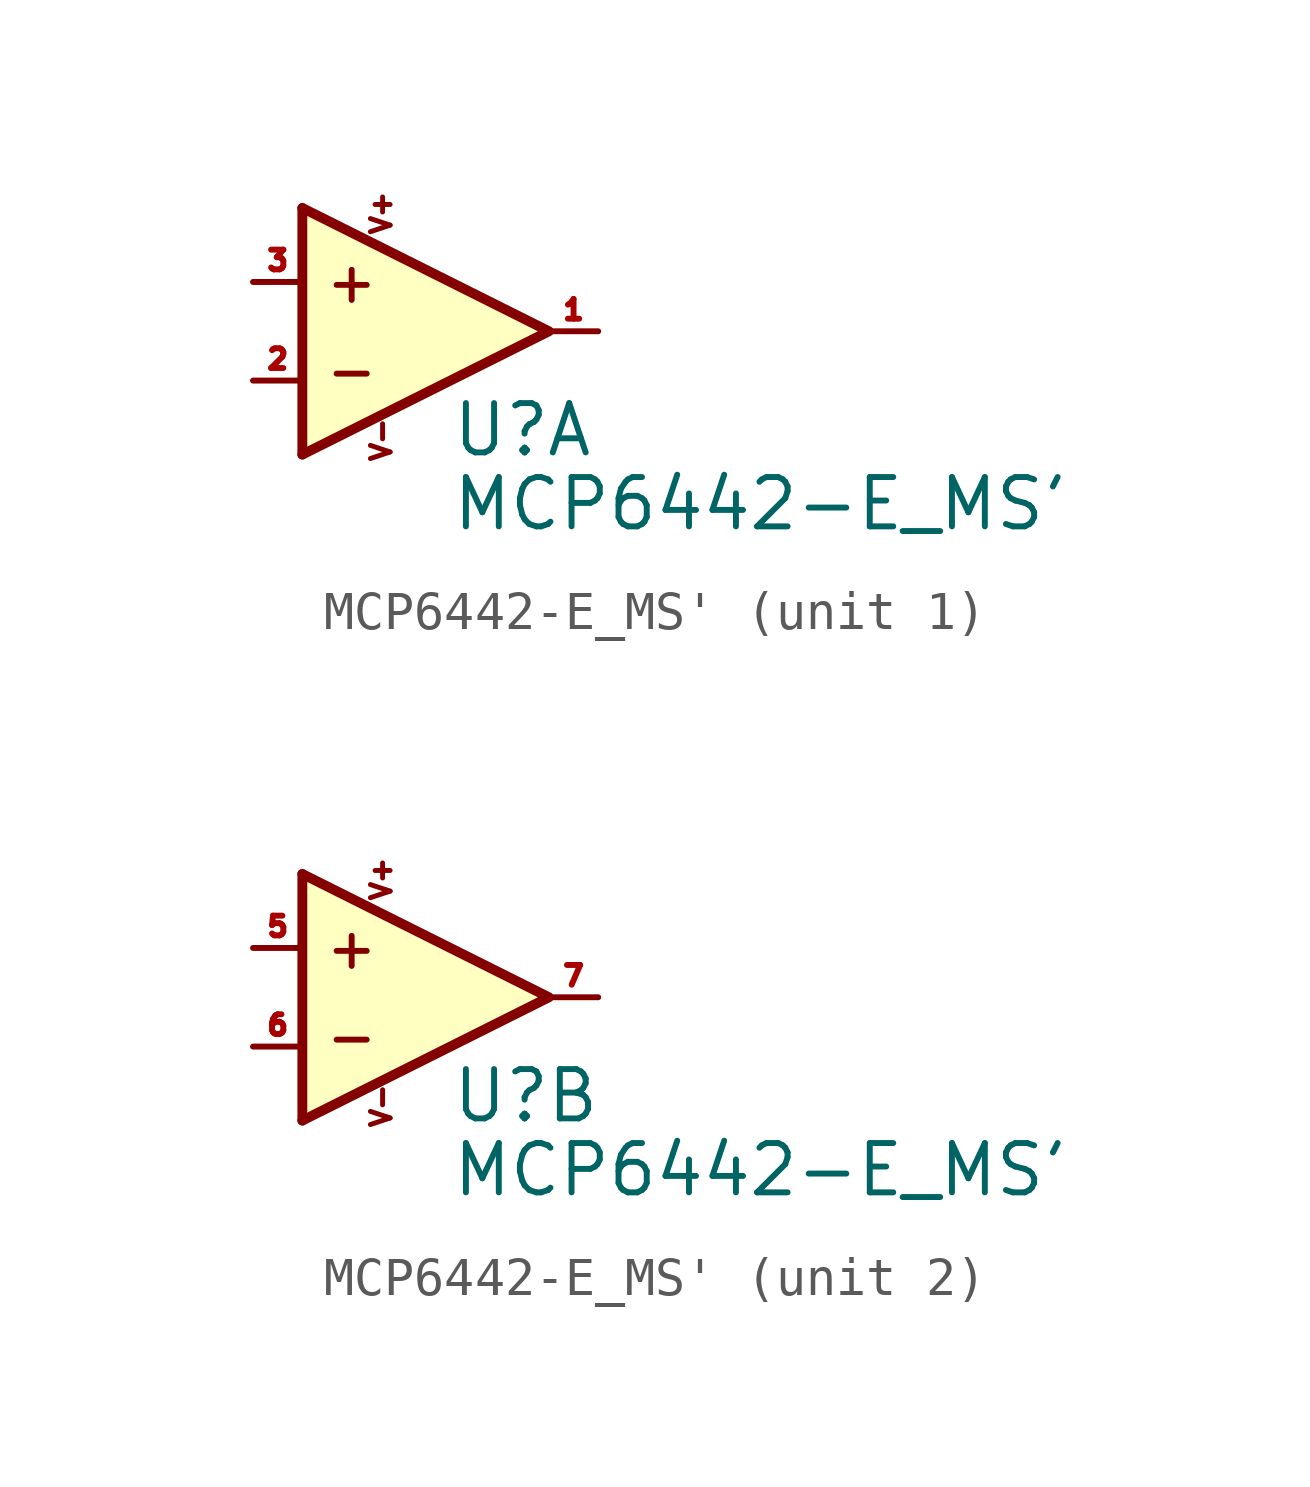
<source format=kicad_sym>
(kicad_symbol_lib
  (version 20231120)
  (generator "kicad_symbol_editor")
  (generator_version "8.0")
  (symbol "MCP6442-E_MS'"
    (pin_names
      (offset 1.016))
    (property "Reference" "U"
      (at -5.08 -3.81 0)
      (effects (font (size 1.27 1.27)) (justify left)))
    (property "Value" "MCP6442-E_MS'"
      (at -5.08 -5.715 0)
      (effects (font (size 1.27 1.27)) (justify left)))
    (property "Datasheet" ""
      (at -2.54 -1.27 0)
      (effects (font (size 1.524 1.524))))
    (symbol "MCP6442-E_MS'_0_0"
      (text "+" (at -7.62 0 0) (effects (font (size 1.016 1.016))))
      (text "-" (at -7.62 -2.286 0) (effects (font (size 1.016 1.016))))
      (text "V+" (at -6.858 1.778 900) (effects (font (size 0.508 0.508))))
      (text "V-" (at -6.858 -4.064 900) (effects (font (size 0.508 0.508))))
      (pin passive line (at -6.35 -3.175 90) (length 0) hide (name "V-" (effects (font (size 0.254 0.254)))) (number "4" (effects (font (size 0.254 0.254)))))
      (pin passive line (at -6.35 0.635 270) (length 0) hide (name "V+" (effects (font (size 0.254 0.254)))) (number "8" (effects (font (size 0.254 0.254))))))
    (symbol "MCP6442-E_MS'_0_1"
      (polyline (pts (xy -8.89 1.905) (xy -8.89 -4.445)) (stroke (width 0.254) (type default)) (fill (type background)))
      (polyline (pts (xy -8.89 1.905) (xy -2.54 -1.27) (xy -8.89 -4.445)) (stroke (width 0.254) (type default)) (fill (type background))))
    (symbol "MCP6442-E_MS'_1_1"
      (pin passive line (at -1.27 -1.27 180) (length 1.27) (name "~" (effects (font (size 1.016 1.016)))) (number "1" (effects (font (size 0.508 0.508)))))
      (pin passive line (at -10.16 -2.54 0) (length 1.27) (name "~" (effects (font (size 1.905 1.905)))) (number "2" (effects (font (size 0.508 0.508)))))
      (pin passive line (at -10.16 0 0) (length 1.27) (name "~" (effects (font (size 1.905 1.905)))) (number "3" (effects (font (size 0.508 0.508))))))
    (symbol "MCP6442-E_MS'_2_1"
      (pin passive line (at -10.16 0 0) (length 1.27) (name "~" (effects (font (size 1.905 1.905)))) (number "5" (effects (font (size 0.508 0.508)))))
      (pin passive line (at -10.16 -2.54 0) (length 1.27) (name "~" (effects (font (size 1.905 1.905)))) (number "6" (effects (font (size 0.508 0.508)))))
      (pin passive line (at -1.27 -1.27 180) (length 1.27) (name "~" (effects (font (size 1.016 1.016)))) (number "7" (effects (font (size 0.508 0.508))))))))
</source>
